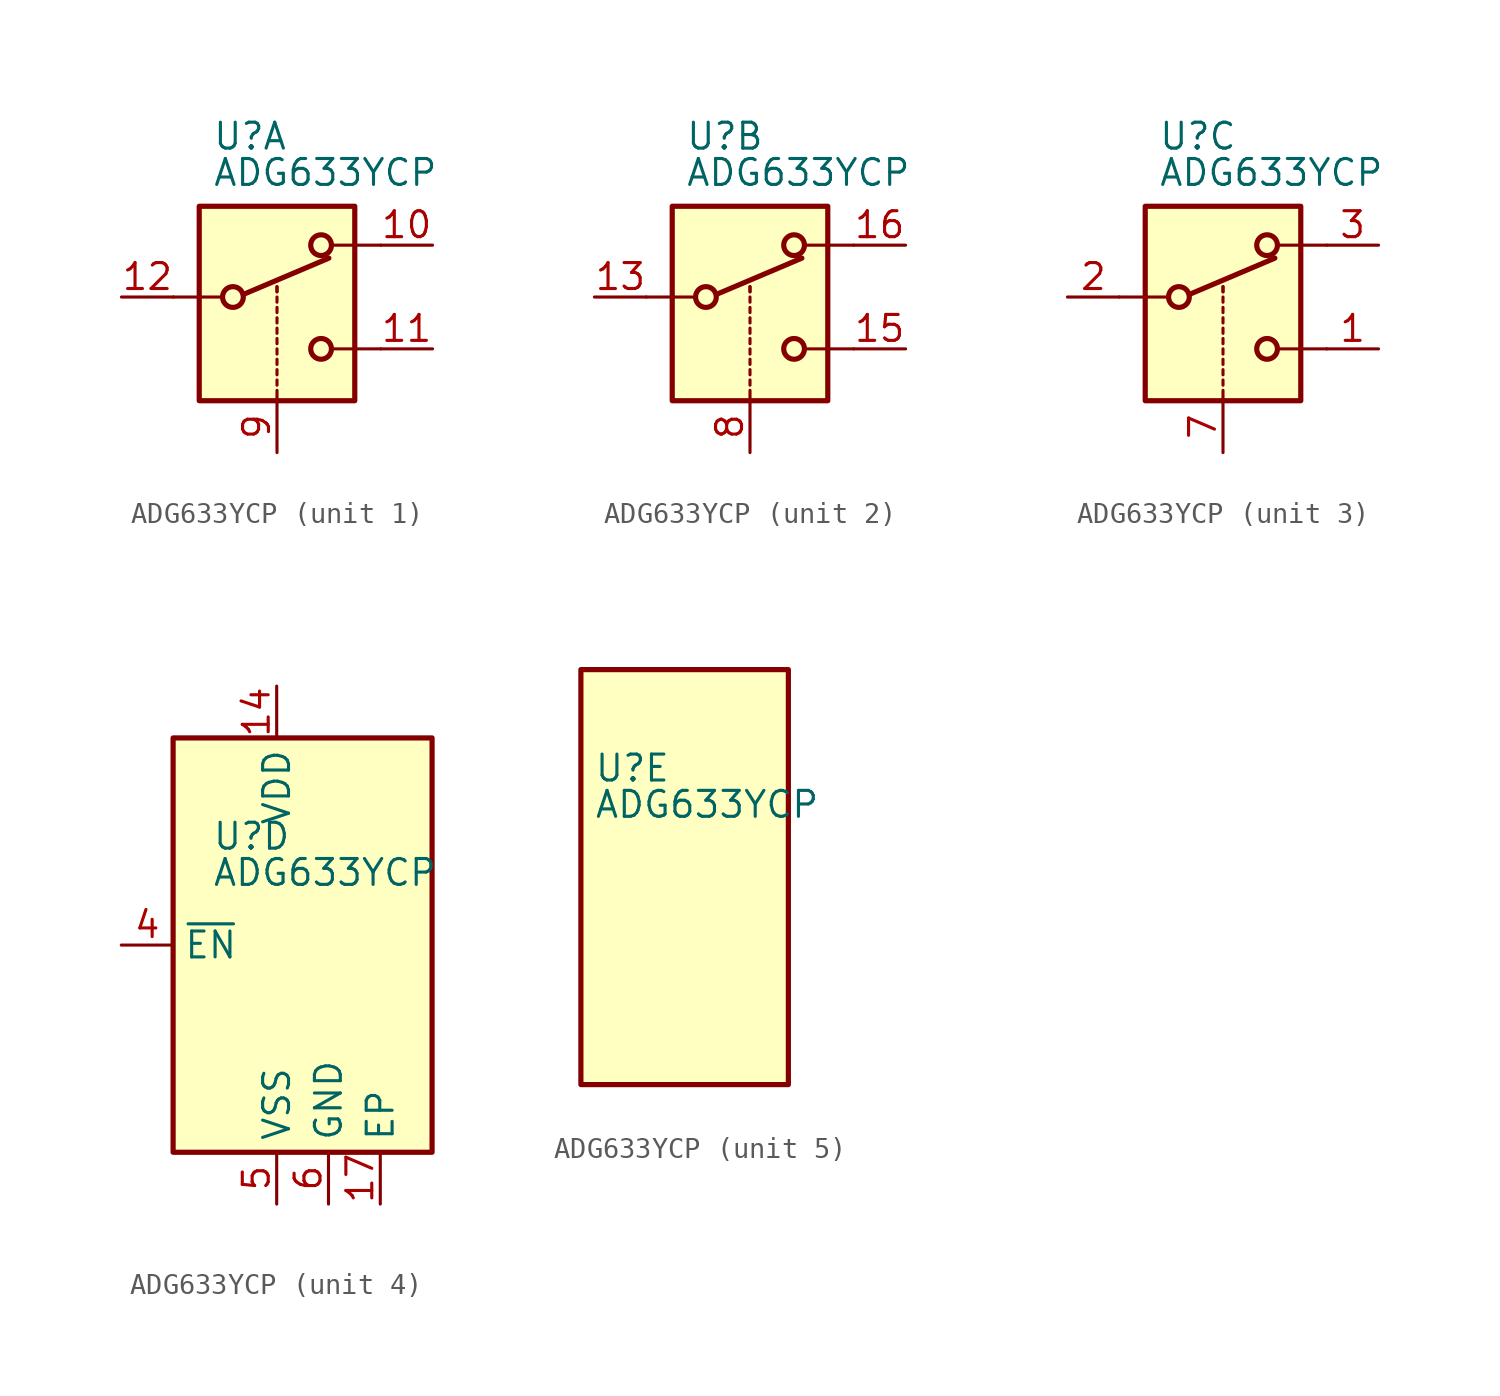
<source format=kicad_sym>
(kicad_symbol_lib
  (version 20211014)
  (generator kicad_symbol_editor)
  (symbol "ADG633YCP"
    (property "Reference" "U"
      (at -3.175 5.334 0)
      (effects (font (size 1.27 1.27)) (justify left)))
    (property "Value" "ADG633YCP"
      (at -3.175 3.556 0)
      (effects (font (size 1.27 1.27)) (justify left)))
    (symbol "ADG633YCP_1_1"
      (rectangle (start -3.81 1.905) (end 3.81 -7.62) (stroke (width 0.254) (type default) (color 0 0 0 0)) (fill (type background)))
      (circle (center -2.159 -2.54) (radius 0.508) (stroke (width 0.254) (type default) (color 0 0 0 0)) (fill (type none)))
      (polyline (pts (xy -5.08 -2.54) (xy -2.794 -2.54)) (stroke (width 0) (type default) (color 0 0 0 0)) (fill (type none)))
      (polyline (pts (xy -1.651 -2.413) (xy 2.54 -0.635)) (stroke (width 0.254) (type default) (color 0 0 0 0)) (fill (type none)))
      (polyline (pts (xy 0 -7.62) (xy 0 -7.112)) (stroke (width 0) (type default) (color 0 0 0 0)) (fill (type none)))
      (polyline (pts (xy 0 -6.858) (xy 0 -6.604)) (stroke (width 0) (type default) (color 0 0 0 0)) (fill (type none)))
      (polyline (pts (xy 0 -6.35) (xy 0 -6.096)) (stroke (width 0) (type default) (color 0 0 0 0)) (fill (type none)))
      (polyline (pts (xy 0 -5.842) (xy 0 -5.588)) (stroke (width 0) (type default) (color 0 0 0 0)) (fill (type none)))
      (polyline (pts (xy 0 -5.334) (xy 0 -5.08)) (stroke (width 0) (type default) (color 0 0 0 0)) (fill (type none)))
      (polyline (pts (xy 0 -4.826) (xy 0 -4.572)) (stroke (width 0) (type default) (color 0 0 0 0)) (fill (type none)))
      (polyline (pts (xy 0 -4.318) (xy 0 -4.064)) (stroke (width 0) (type default) (color 0 0 0 0)) (fill (type none)))
      (polyline (pts (xy 0 -3.81) (xy 0 -3.556)) (stroke (width 0) (type default) (color 0 0 0 0)) (fill (type none)))
      (polyline (pts (xy 0 -3.302) (xy 0 -3.048)) (stroke (width 0) (type default) (color 0 0 0 0)) (fill (type none)))
      (polyline (pts (xy 0 -2.794) (xy 0 -2.54)) (stroke (width 0) (type default) (color 0 0 0 0)) (fill (type none)))
      (polyline (pts (xy 0 -2.286) (xy 0 -2.032)) (stroke (width 0) (type default) (color 0 0 0 0)) (fill (type none)))
      (polyline (pts (xy 0 -2.286) (xy 0 -2.032)) (stroke (width 0) (type default) (color 0 0 0 0)) (fill (type none)))
      (polyline (pts (xy 5.08 -5.08) (xy 2.794 -5.08)) (stroke (width 0) (type default) (color 0 0 0 0)) (fill (type none)))
      (polyline (pts (xy 5.08 0) (xy 2.794 0)) (stroke (width 0) (type default) (color 0 0 0 0)) (fill (type none)))
      (circle (center 2.159 -5.08) (radius 0.508) (stroke (width 0.254) (type default) (color 0 0 0 0)) (fill (type none)))
      (circle (center 2.159 0) (radius 0.508) (stroke (width 0.254) (type default) (color 0 0 0 0)) (fill (type none)))
      (pin passive line (at 7.62 0 180) (length 2.54) (name "~" (effects (font (size 1.27 1.27)))) (number "10" (effects (font (size 1.27 1.27)))))
      (pin passive line (at 7.62 -5.08 180) (length 2.54) (name "~" (effects (font (size 1.27 1.27)))) (number "11" (effects (font (size 1.27 1.27)))))
      (pin passive line (at -7.62 -2.54 0) (length 2.54) (name "~" (effects (font (size 1.27 1.27)))) (number "12" (effects (font (size 1.27 1.27)))))
      (pin input line (at 0 -10.16 90) (length 2.54) (name "~" (effects (font (size 1.27 1.27)))) (number "9" (effects (font (size 1.27 1.27))))))
    (symbol "ADG633YCP_2_1"
      (rectangle (start -3.81 1.905) (end 3.81 -7.62) (stroke (width 0.254) (type default) (color 0 0 0 0)) (fill (type background)))
      (circle (center -2.159 -2.54) (radius 0.508) (stroke (width 0.254) (type default) (color 0 0 0 0)) (fill (type none)))
      (polyline (pts (xy -5.08 -2.54) (xy -2.794 -2.54)) (stroke (width 0) (type default) (color 0 0 0 0)) (fill (type none)))
      (polyline (pts (xy -1.651 -2.413) (xy 2.54 -0.635)) (stroke (width 0.254) (type default) (color 0 0 0 0)) (fill (type none)))
      (polyline (pts (xy 0 -7.62) (xy 0 -7.112)) (stroke (width 0) (type default) (color 0 0 0 0)) (fill (type none)))
      (polyline (pts (xy 0 -6.858) (xy 0 -6.604)) (stroke (width 0) (type default) (color 0 0 0 0)) (fill (type none)))
      (polyline (pts (xy 0 -6.35) (xy 0 -6.096)) (stroke (width 0) (type default) (color 0 0 0 0)) (fill (type none)))
      (polyline (pts (xy 0 -5.842) (xy 0 -5.588)) (stroke (width 0) (type default) (color 0 0 0 0)) (fill (type none)))
      (polyline (pts (xy 0 -5.334) (xy 0 -5.08)) (stroke (width 0) (type default) (color 0 0 0 0)) (fill (type none)))
      (polyline (pts (xy 0 -4.826) (xy 0 -4.572)) (stroke (width 0) (type default) (color 0 0 0 0)) (fill (type none)))
      (polyline (pts (xy 0 -4.318) (xy 0 -4.064)) (stroke (width 0) (type default) (color 0 0 0 0)) (fill (type none)))
      (polyline (pts (xy 0 -3.81) (xy 0 -3.556)) (stroke (width 0) (type default) (color 0 0 0 0)) (fill (type none)))
      (polyline (pts (xy 0 -3.302) (xy 0 -3.048)) (stroke (width 0) (type default) (color 0 0 0 0)) (fill (type none)))
      (polyline (pts (xy 0 -2.794) (xy 0 -2.54)) (stroke (width 0) (type default) (color 0 0 0 0)) (fill (type none)))
      (polyline (pts (xy 0 -2.286) (xy 0 -2.032)) (stroke (width 0) (type default) (color 0 0 0 0)) (fill (type none)))
      (polyline (pts (xy 0 -2.286) (xy 0 -2.032)) (stroke (width 0) (type default) (color 0 0 0 0)) (fill (type none)))
      (polyline (pts (xy 5.08 -5.08) (xy 2.794 -5.08)) (stroke (width 0) (type default) (color 0 0 0 0)) (fill (type none)))
      (polyline (pts (xy 5.08 0) (xy 2.794 0)) (stroke (width 0) (type default) (color 0 0 0 0)) (fill (type none)))
      (circle (center 2.159 -5.08) (radius 0.508) (stroke (width 0.254) (type default) (color 0 0 0 0)) (fill (type none)))
      (circle (center 2.159 0) (radius 0.508) (stroke (width 0.254) (type default) (color 0 0 0 0)) (fill (type none)))
      (pin passive line (at -7.62 -2.54 0) (length 2.54) (name "~" (effects (font (size 1.27 1.27)))) (number "13" (effects (font (size 1.27 1.27)))))
      (pin passive line (at 7.62 -5.08 180) (length 2.54) (name "~" (effects (font (size 1.27 1.27)))) (number "15" (effects (font (size 1.27 1.27)))))
      (pin passive line (at 7.62 0 180) (length 2.54) (name "~" (effects (font (size 1.27 1.27)))) (number "16" (effects (font (size 1.27 1.27)))))
      (pin input line (at 0 -10.16 90) (length 2.54) (name "~" (effects (font (size 1.27 1.27)))) (number "8" (effects (font (size 1.27 1.27))))))
    (symbol "ADG633YCP_3_1"
      (rectangle (start -3.81 1.905) (end 3.81 -7.62) (stroke (width 0.254) (type default) (color 0 0 0 0)) (fill (type background)))
      (circle (center -2.159 -2.54) (radius 0.508) (stroke (width 0.254) (type default) (color 0 0 0 0)) (fill (type none)))
      (polyline (pts (xy -5.08 -2.54) (xy -2.794 -2.54)) (stroke (width 0) (type default) (color 0 0 0 0)) (fill (type none)))
      (polyline (pts (xy -1.651 -2.413) (xy 2.54 -0.635)) (stroke (width 0.254) (type default) (color 0 0 0 0)) (fill (type none)))
      (polyline (pts (xy 0 -7.62) (xy 0 -7.112)) (stroke (width 0) (type default) (color 0 0 0 0)) (fill (type none)))
      (polyline (pts (xy 0 -6.858) (xy 0 -6.604)) (stroke (width 0) (type default) (color 0 0 0 0)) (fill (type none)))
      (polyline (pts (xy 0 -6.35) (xy 0 -6.096)) (stroke (width 0) (type default) (color 0 0 0 0)) (fill (type none)))
      (polyline (pts (xy 0 -5.842) (xy 0 -5.588)) (stroke (width 0) (type default) (color 0 0 0 0)) (fill (type none)))
      (polyline (pts (xy 0 -5.334) (xy 0 -5.08)) (stroke (width 0) (type default) (color 0 0 0 0)) (fill (type none)))
      (polyline (pts (xy 0 -4.826) (xy 0 -4.572)) (stroke (width 0) (type default) (color 0 0 0 0)) (fill (type none)))
      (polyline (pts (xy 0 -4.318) (xy 0 -4.064)) (stroke (width 0) (type default) (color 0 0 0 0)) (fill (type none)))
      (polyline (pts (xy 0 -3.81) (xy 0 -3.556)) (stroke (width 0) (type default) (color 0 0 0 0)) (fill (type none)))
      (polyline (pts (xy 0 -3.302) (xy 0 -3.048)) (stroke (width 0) (type default) (color 0 0 0 0)) (fill (type none)))
      (polyline (pts (xy 0 -2.794) (xy 0 -2.54)) (stroke (width 0) (type default) (color 0 0 0 0)) (fill (type none)))
      (polyline (pts (xy 0 -2.286) (xy 0 -2.032)) (stroke (width 0) (type default) (color 0 0 0 0)) (fill (type none)))
      (polyline (pts (xy 0 -2.286) (xy 0 -2.032)) (stroke (width 0) (type default) (color 0 0 0 0)) (fill (type none)))
      (polyline (pts (xy 5.08 -5.08) (xy 2.794 -5.08)) (stroke (width 0) (type default) (color 0 0 0 0)) (fill (type none)))
      (polyline (pts (xy 5.08 0) (xy 2.794 0)) (stroke (width 0) (type default) (color 0 0 0 0)) (fill (type none)))
      (circle (center 2.159 -5.08) (radius 0.508) (stroke (width 0.254) (type default) (color 0 0 0 0)) (fill (type none)))
      (circle (center 2.159 0) (radius 0.508) (stroke (width 0.254) (type default) (color 0 0 0 0)) (fill (type none)))
      (pin passive line (at 7.62 -5.08 180) (length 2.54) (name "~" (effects (font (size 1.27 1.27)))) (number "1" (effects (font (size 1.27 1.27)))))
      (pin passive line (at -7.62 -2.54 0) (length 2.54) (name "~" (effects (font (size 1.27 1.27)))) (number "2" (effects (font (size 1.27 1.27)))))
      (pin passive line (at 7.62 0 180) (length 2.54) (name "~" (effects (font (size 1.27 1.27)))) (number "3" (effects (font (size 1.27 1.27)))))
      (pin input line (at 0 -10.16 90) (length 2.54) (name "~" (effects (font (size 1.27 1.27)))) (number "7" (effects (font (size 1.27 1.27))))))
    (symbol "ADG633YCP_4_0"
      (pin power_in line (at 0 12.7 270) (length 2.54) (name "VDD" (effects (font (size 1.27 1.27)))) (number "14" (effects (font (size 1.27 1.27)))))
      (pin power_in line (at 5.08 -12.7 90) (length 2.54) (name "EP" (effects (font (size 1.27 1.27)))) (number "17" (effects (font (size 1.27 1.27)))))
      (pin input line (at -7.62 0 0) (length 2.54) (name "~{EN}" (effects (font (size 1.27 1.27)))) (number "4" (effects (font (size 1.27 1.27)))))
      (pin power_in line (at 0 -12.7 90) (length 2.54) (name "VSS" (effects (font (size 1.27 1.27)))) (number "5" (effects (font (size 1.27 1.27)))))
      (pin power_in line (at 2.54 -12.7 90) (length 2.54) (name "GND" (effects (font (size 1.27 1.27)))) (number "6" (effects (font (size 1.27 1.27))))))
    (symbol "ADG633YCP_4_1"
      (rectangle (start -5.08 10.16) (end 7.62 -10.16) (stroke (width 0.254) (type default) (color 0 0 0 0)) (fill (type background))))
    (symbol "ADG633YCP_5_1"
      (rectangle (start -3.81 10.16) (end 6.35 -10.16) (stroke (width 0.254) (type default) (color 0 0 0 0)) (fill (type background))))))
</source>
